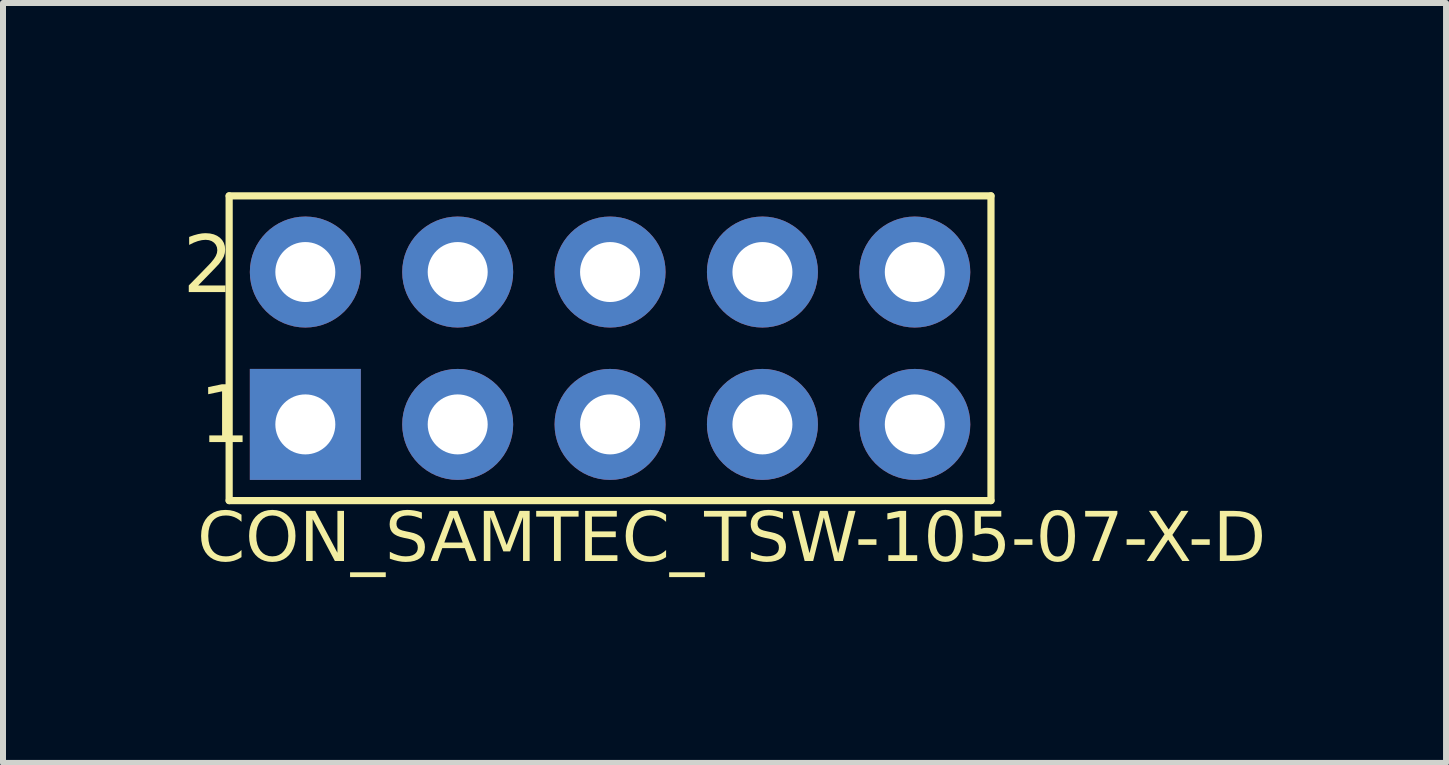
<source format=kicad_pcb>
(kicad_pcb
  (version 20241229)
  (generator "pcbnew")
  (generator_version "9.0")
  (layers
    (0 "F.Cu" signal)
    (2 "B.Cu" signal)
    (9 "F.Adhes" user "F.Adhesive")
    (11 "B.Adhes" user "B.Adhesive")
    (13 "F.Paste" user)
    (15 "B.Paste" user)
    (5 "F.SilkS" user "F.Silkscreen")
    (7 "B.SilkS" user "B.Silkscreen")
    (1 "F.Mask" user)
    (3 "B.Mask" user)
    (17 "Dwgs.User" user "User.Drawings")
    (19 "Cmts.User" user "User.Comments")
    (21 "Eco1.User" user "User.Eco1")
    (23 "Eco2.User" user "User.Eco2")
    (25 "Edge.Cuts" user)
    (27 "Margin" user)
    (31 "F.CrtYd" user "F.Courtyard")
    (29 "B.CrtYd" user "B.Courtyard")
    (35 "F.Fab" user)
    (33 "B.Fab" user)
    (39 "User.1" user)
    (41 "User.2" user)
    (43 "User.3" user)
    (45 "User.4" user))
  (footprint "CON_SAMTEC_TSW-105-07-X-D"
    (layer "F.Cu")
    (at 7.12 2.755)
    (property "Reference" "CON_SAMTEC_TSW-105-07-X-D" (at -6.882 3.686 0) (unlocked yes) (layer "F.SilkS") (effects (font (face "Arial") (size 0.819 0.819) (thickness 0.254)) (justify left bottom)))
    (fp_line (start -6.35 -2.54) (end 6.35 -2.54) (stroke (width 0.12) (type solid)) (layer "F.SilkS"))
    (fp_line (start -6.35 2.54) (end -6.35 -2.54) (stroke (width 0.12) (type solid)) (layer "F.SilkS"))
    (fp_line (start -6.35 2.54) (end 6.35 2.54) (stroke (width 0.12) (type solid)) (layer "F.SilkS"))
    (fp_line (start 6.35 2.54) (end 6.35 -2.54) (stroke (width 0.12) (type solid)) (layer "F.SilkS"))
    (fp_line (start -6.58 -2.75) (end 6.58 -2.75) (stroke (width 0.01) (type solid)) (layer "Eco1.User"))
    (fp_line (start -6.58 2.75) (end -6.58 -2.75) (stroke (width 0.01) (type solid)) (layer "Eco1.User"))
    (fp_line (start -6.58 2.75) (end 6.58 2.75) (stroke (width 0.01) (type solid)) (layer "Eco1.User"))
    (fp_line (start -6.35 -2.54) (end 6.35 -2.54) (stroke (width 0.01) (type solid)) (layer "Eco1.User"))
    (fp_line (start -6.35 2.54) (end -6.35 -2.54) (stroke (width 0.01) (type solid)) (layer "Eco1.User"))
    (fp_line (start -6.35 2.54) (end 6.35 2.54) (stroke (width 0.01) (type solid)) (layer "Eco1.User"))
    (fp_line (start -6.032 -2.223) (end -5.842 -2.032) (stroke (width 0.01) (type solid)) (layer "Eco1.User"))
    (fp_line (start -6.032 -2.223) (end -4.128 -2.223) (stroke (width 0.01) (type solid)) (layer "Eco1.User"))
    (fp_line (start -6.032 -0.318) (end -6.032 -2.223) (stroke (width 0.01) (type solid)) (layer "Eco1.User"))
    (fp_line (start -6.032 -0.318) (end -5.842 -0.508) (stroke (width 0.01) (type solid)) (layer "Eco1.User"))
    (fp_line (start -6.032 -0.318) (end -4.128 -0.318) (stroke (width 0.01) (type solid)) (layer "Eco1.User"))
    (fp_line (start -6.032 0.318) (end -5.842 0.508) (stroke (width 0.01) (type solid)) (layer "Eco1.User"))
    (fp_line (start -6.032 0.318) (end -4.128 0.318) (stroke (width 0.01) (type solid)) (layer "Eco1.User"))
    (fp_line (start -6.032 2.223) (end -6.032 0.318) (stroke (width 0.01) (type solid)) (layer "Eco1.User"))
    (fp_line (start -6.032 2.223) (end -5.842 2.032) (stroke (width 0.01) (type solid)) (layer "Eco1.User"))
    (fp_line (start -6.032 2.223) (end -4.128 2.223) (stroke (width 0.01) (type solid)) (layer "Eco1.User"))
    (fp_line (start -5.842 -2.032) (end -4.318 -2.032) (stroke (width 0.01) (type solid)) (layer "Eco1.User"))
    (fp_line (start -5.842 -0.508) (end -5.842 -2.032) (stroke (width 0.01) (type solid)) (layer "Eco1.User"))
    (fp_line (start -5.842 -0.508) (end -4.318 -0.508) (stroke (width 0.01) (type solid)) (layer "Eco1.User"))
    (fp_line (start -5.842 0.508) (end -4.318 0.508) (stroke (width 0.01) (type solid)) (layer "Eco1.User"))
    (fp_line (start -5.842 2.032) (end -5.842 0.508) (stroke (width 0.01) (type solid)) (layer "Eco1.User"))
    (fp_line (start -5.842 2.032) (end -4.318 2.032) (stroke (width 0.01) (type solid)) (layer "Eco1.User"))
    (fp_line (start -4.318 -2.032) (end -4.128 -2.223) (stroke (width 0.01) (type solid)) (layer "Eco1.User"))
    (fp_line (start -4.318 -0.508) (end -4.318 -2.032) (stroke (width 0.01) (type solid)) (layer "Eco1.User"))
    (fp_line (start -4.318 -0.508) (end -4.128 -0.318) (stroke (width 0.01) (type solid)) (layer "Eco1.User"))
    (fp_line (start -4.318 0.508) (end -4.128 0.318) (stroke (width 0.01) (type solid)) (layer "Eco1.User"))
    (fp_line (start -4.318 2.032) (end -4.318 0.508) (stroke (width 0.01) (type solid)) (layer "Eco1.User"))
    (fp_line (start -4.318 2.032) (end -4.128 2.223) (stroke (width 0.01) (type solid)) (layer "Eco1.User"))
    (fp_line (start -4.128 -0.318) (end -4.128 -2.223) (stroke (width 0.01) (type solid)) (layer "Eco1.User"))
    (fp_line (start -4.128 2.223) (end -4.128 0.318) (stroke (width 0.01) (type solid)) (layer "Eco1.User"))
    (fp_line (start -3.493 -2.223) (end -3.302 -2.032) (stroke (width 0.01) (type solid)) (layer "Eco1.User"))
    (fp_line (start -3.493 -2.223) (end -1.587 -2.223) (stroke (width 0.01) (type solid)) (layer "Eco1.User"))
    (fp_line (start -3.493 -0.318) (end -3.493 -2.223) (stroke (width 0.01) (type solid)) (layer "Eco1.User"))
    (fp_line (start -3.493 -0.318) (end -3.302 -0.508) (stroke (width 0.01) (type solid)) (layer "Eco1.User"))
    (fp_line (start -3.493 -0.318) (end -1.587 -0.318) (stroke (width 0.01) (type solid)) (layer "Eco1.User"))
    (fp_line (start -3.493 0.318) (end -3.302 0.508) (stroke (width 0.01) (type solid)) (layer "Eco1.User"))
    (fp_line (start -3.493 0.318) (end -1.587 0.318) (stroke (width 0.01) (type solid)) (layer "Eco1.User"))
    (fp_line (start -3.493 2.223) (end -3.493 0.318) (stroke (width 0.01) (type solid)) (layer "Eco1.User"))
    (fp_line (start -3.493 2.223) (end -3.302 2.032) (stroke (width 0.01) (type solid)) (layer "Eco1.User"))
    (fp_line (start -3.493 2.223) (end -1.587 2.223) (stroke (width 0.01) (type solid)) (layer "Eco1.User"))
    (fp_line (start -3.302 -2.032) (end -1.778 -2.032) (stroke (width 0.01) (type solid)) (layer "Eco1.User"))
    (fp_line (start -3.302 -0.508) (end -3.302 -2.032) (stroke (width 0.01) (type solid)) (layer "Eco1.User"))
    (fp_line (start -3.302 -0.508) (end -1.778 -0.508) (stroke (width 0.01) (type solid)) (layer "Eco1.User"))
    (fp_line (start -3.302 0.508) (end -1.778 0.508) (stroke (width 0.01) (type solid)) (layer "Eco1.User"))
    (fp_line (start -3.302 2.032) (end -3.302 0.508) (stroke (width 0.01) (type solid)) (layer "Eco1.User"))
    (fp_line (start -3.302 2.032) (end -1.778 2.032) (stroke (width 0.01) (type solid)) (layer "Eco1.User"))
    (fp_line (start -1.778 -2.032) (end -1.587 -2.223) (stroke (width 0.01) (type solid)) (layer "Eco1.User"))
    (fp_line (start -1.778 -0.508) (end -1.778 -2.032) (stroke (width 0.01) (type solid)) (layer "Eco1.User"))
    (fp_line (start -1.778 -0.508) (end -1.587 -0.318) (stroke (width 0.01) (type solid)) (layer "Eco1.User"))
    (fp_line (start -1.778 0.508) (end -1.587 0.318) (stroke (width 0.01) (type solid)) (layer "Eco1.User"))
    (fp_line (start -1.778 2.032) (end -1.778 0.508) (stroke (width 0.01) (type solid)) (layer "Eco1.User"))
    (fp_line (start -1.778 2.032) (end -1.587 2.223) (stroke (width 0.01) (type solid)) (layer "Eco1.User"))
    (fp_line (start -1.587 -0.318) (end -1.587 -2.223) (stroke (width 0.01) (type solid)) (layer "Eco1.User"))
    (fp_line (start -1.587 2.223) (end -1.587 0.318) (stroke (width 0.01) (type solid)) (layer "Eco1.User"))
    (fp_line (start -0.953 -2.223) (end -0.762 -2.032) (stroke (width 0.01) (type solid)) (layer "Eco1.User"))
    (fp_line (start -0.953 -2.223) (end 0.953 -2.223) (stroke (width 0.01) (type solid)) (layer "Eco1.User"))
    (fp_line (start -0.953 -0.318) (end -0.953 -2.223) (stroke (width 0.01) (type solid)) (layer "Eco1.User"))
    (fp_line (start -0.953 -0.318) (end -0.762 -0.508) (stroke (width 0.01) (type solid)) (layer "Eco1.User"))
    (fp_line (start -0.953 -0.318) (end 0.953 -0.318) (stroke (width 0.01) (type solid)) (layer "Eco1.User"))
    (fp_line (start -0.953 0.318) (end -0.762 0.508) (stroke (width 0.01) (type solid)) (layer "Eco1.User"))
    (fp_line (start -0.953 0.318) (end 0.953 0.318) (stroke (width 0.01) (type solid)) (layer "Eco1.User"))
    (fp_line (start -0.953 2.223) (end -0.953 0.318) (stroke (width 0.01) (type solid)) (layer "Eco1.User"))
    (fp_line (start -0.953 2.223) (end -0.762 2.032) (stroke (width 0.01) (type solid)) (layer "Eco1.User"))
    (fp_line (start -0.953 2.223) (end 0.953 2.223) (stroke (width 0.01) (type solid)) (layer "Eco1.User"))
    (fp_line (start -0.762 -2.032) (end 0.762 -2.032) (stroke (width 0.01) (type solid)) (layer "Eco1.User"))
    (fp_line (start -0.762 -0.508) (end -0.762 -2.032) (stroke (width 0.01) (type solid)) (layer "Eco1.User"))
    (fp_line (start -0.762 -0.508) (end 0.762 -0.508) (stroke (width 0.01) (type solid)) (layer "Eco1.User"))
    (fp_line (start -0.762 0.508) (end 0.762 0.508) (stroke (width 0.01) (type solid)) (layer "Eco1.User"))
    (fp_line (start -0.762 2.032) (end -0.762 0.508) (stroke (width 0.01) (type solid)) (layer "Eco1.User"))
    (fp_line (start -0.762 2.032) (end 0.762 2.032) (stroke (width 0.01) (type solid)) (layer "Eco1.User"))
    (fp_line (start 0.762 -2.032) (end 0.953 -2.223) (stroke (width 0.01) (type solid)) (layer "Eco1.User"))
    (fp_line (start 0.762 -0.508) (end 0.762 -2.032) (stroke (width 0.01) (type solid)) (layer "Eco1.User"))
    (fp_line (start 0.762 -0.508) (end 0.953 -0.318) (stroke (width 0.01) (type solid)) (layer "Eco1.User"))
    (fp_line (start 0.762 0.508) (end 0.953 0.318) (stroke (width 0.01) (type solid)) (layer "Eco1.User"))
    (fp_line (start 0.762 2.032) (end 0.762 0.508) (stroke (width 0.01) (type solid)) (layer "Eco1.User"))
    (fp_line (start 0.762 2.032) (end 0.953 2.223) (stroke (width 0.01) (type solid)) (layer "Eco1.User"))
    (fp_line (start 0.953 -0.318) (end 0.953 -2.223) (stroke (width 0.01) (type solid)) (layer "Eco1.User"))
    (fp_line (start 0.953 2.223) (end 0.953 0.318) (stroke (width 0.01) (type solid)) (layer "Eco1.User"))
    (fp_line (start 1.587 -2.223) (end 1.778 -2.032) (stroke (width 0.01) (type solid)) (layer "Eco1.User"))
    (fp_line (start 1.587 -2.223) (end 3.493 -2.223) (stroke (width 0.01) (type solid)) (layer "Eco1.User"))
    (fp_line (start 1.587 -0.318) (end 1.587 -2.223) (stroke (width 0.01) (type solid)) (layer "Eco1.User"))
    (fp_line (start 1.587 -0.318) (end 1.778 -0.508) (stroke (width 0.01) (type solid)) (layer "Eco1.User"))
    (fp_line (start 1.587 -0.318) (end 3.493 -0.318) (stroke (width 0.01) (type solid)) (layer "Eco1.User"))
    (fp_line (start 1.587 0.318) (end 1.778 0.508) (stroke (width 0.01) (type solid)) (layer "Eco1.User"))
    (fp_line (start 1.587 0.318) (end 3.493 0.318) (stroke (width 0.01) (type solid)) (layer "Eco1.User"))
    (fp_line (start 1.587 2.223) (end 1.587 0.318) (stroke (width 0.01) (type solid)) (layer "Eco1.User"))
    (fp_line (start 1.587 2.223) (end 1.778 2.032) (stroke (width 0.01) (type solid)) (layer "Eco1.User"))
    (fp_line (start 1.587 2.223) (end 3.493 2.223) (stroke (width 0.01) (type solid)) (layer "Eco1.User"))
    (fp_line (start 1.778 -2.032) (end 3.302 -2.032) (stroke (width 0.01) (type solid)) (layer "Eco1.User"))
    (fp_line (start 1.778 -0.508) (end 1.778 -2.032) (stroke (width 0.01) (type solid)) (layer "Eco1.User"))
    (fp_line (start 1.778 -0.508) (end 3.302 -0.508) (stroke (width 0.01) (type solid)) (layer "Eco1.User"))
    (fp_line (start 1.778 0.508) (end 3.302 0.508) (stroke (width 0.01) (type solid)) (layer "Eco1.User"))
    (fp_line (start 1.778 2.032) (end 1.778 0.508) (stroke (width 0.01) (type solid)) (layer "Eco1.User"))
    (fp_line (start 1.778 2.032) (end 3.302 2.032) (stroke (width 0.01) (type solid)) (layer "Eco1.User"))
    (fp_line (start 3.302 -2.032) (end 3.493 -2.223) (stroke (width 0.01) (type solid)) (layer "Eco1.User"))
    (fp_line (start 3.302 -0.508) (end 3.302 -2.032) (stroke (width 0.01) (type solid)) (layer "Eco1.User"))
    (fp_line (start 3.302 -0.508) (end 3.493 -0.318) (stroke (width 0.01) (type solid)) (layer "Eco1.User"))
    (fp_line (start 3.302 0.508) (end 3.493 0.318) (stroke (width 0.01) (type solid)) (layer "Eco1.User"))
    (fp_line (start 3.302 2.032) (end 3.302 0.508) (stroke (width 0.01) (type solid)) (layer "Eco1.User"))
    (fp_line (start 3.302 2.032) (end 3.493 2.223) (stroke (width 0.01) (type solid)) (layer "Eco1.User"))
    (fp_line (start 3.493 -0.318) (end 3.493 -2.223) (stroke (width 0.01) (type solid)) (layer "Eco1.User"))
    (fp_line (start 3.493 2.223) (end 3.493 0.318) (stroke (width 0.01) (type solid)) (layer "Eco1.User"))
    (fp_line (start 4.128 -2.223) (end 4.318 -2.032) (stroke (width 0.01) (type solid)) (layer "Eco1.User"))
    (fp_line (start 4.128 -2.223) (end 6.032 -2.223) (stroke (width 0.01) (type solid)) (layer "Eco1.User"))
    (fp_line (start 4.128 -0.318) (end 4.128 -2.223) (stroke (width 0.01) (type solid)) (layer "Eco1.User"))
    (fp_line (start 4.128 -0.318) (end 4.318 -0.508) (stroke (width 0.01) (type solid)) (layer "Eco1.User"))
    (fp_line (start 4.128 -0.318) (end 6.032 -0.318) (stroke (width 0.01) (type solid)) (layer "Eco1.User"))
    (fp_line (start 4.128 0.318) (end 4.318 0.508) (stroke (width 0.01) (type solid)) (layer "Eco1.User"))
    (fp_line (start 4.128 0.318) (end 6.032 0.318) (stroke (width 0.01) (type solid)) (layer "Eco1.User"))
    (fp_line (start 4.128 2.223) (end 4.128 0.318) (stroke (width 0.01) (type solid)) (layer "Eco1.User"))
    (fp_line (start 4.128 2.223) (end 4.318 2.032) (stroke (width 0.01) (type solid)) (layer "Eco1.User"))
    (fp_line (start 4.128 2.223) (end 6.032 2.223) (stroke (width 0.01) (type solid)) (layer "Eco1.User"))
    (fp_line (start 4.318 -2.032) (end 5.842 -2.032) (stroke (width 0.01) (type solid)) (layer "Eco1.User"))
    (fp_line (start 4.318 -0.508) (end 4.318 -2.032) (stroke (width 0.01) (type solid)) (layer "Eco1.User"))
    (fp_line (start 4.318 -0.508) (end 5.842 -0.508) (stroke (width 0.01) (type solid)) (layer "Eco1.User"))
    (fp_line (start 4.318 0.508) (end 5.842 0.508) (stroke (width 0.01) (type solid)) (layer "Eco1.User"))
    (fp_line (start 4.318 2.032) (end 4.318 0.508) (stroke (width 0.01) (type solid)) (layer "Eco1.User"))
    (fp_line (start 4.318 2.032) (end 5.842 2.032) (stroke (width 0.01) (type solid)) (layer "Eco1.User"))
    (fp_line (start 5.842 -2.032) (end 6.032 -2.223) (stroke (width 0.01) (type solid)) (layer "Eco1.User"))
    (fp_line (start 5.842 -0.508) (end 5.842 -2.032) (stroke (width 0.01) (type solid)) (layer "Eco1.User"))
    (fp_line (start 5.842 -0.508) (end 6.032 -0.318) (stroke (width 0.01) (type solid)) (layer "Eco1.User"))
    (fp_line (start 5.842 0.508) (end 6.032 0.318) (stroke (width 0.01) (type solid)) (layer "Eco1.User"))
    (fp_line (start 5.842 2.032) (end 5.842 0.508) (stroke (width 0.01) (type solid)) (layer "Eco1.User"))
    (fp_line (start 5.842 2.032) (end 6.032 2.223) (stroke (width 0.01) (type solid)) (layer "Eco1.User"))
    (fp_line (start 6.032 -0.318) (end 6.032 -2.223) (stroke (width 0.01) (type solid)) (layer "Eco1.User"))
    (fp_line (start 6.032 2.223) (end 6.032 0.318) (stroke (width 0.01) (type solid)) (layer "Eco1.User"))
    (fp_line (start 6.35 2.54) (end 6.35 -2.54) (stroke (width 0.01) (type solid)) (layer "Eco1.User"))
    (fp_line (start 6.58 2.75) (end 6.58 -2.75) (stroke (width 0.01) (type solid)) (layer "Eco1.User"))
    (fp_text user "1" (at -6.845 1.725 0) (unlocked yes) (layer "F.SilkS") (effects (font (face "Arial") (size 0.945 0.945) (thickness 0.12)) (justify left bottom)))
    (fp_text user "2" (at -7.12 -0.775 0) (unlocked yes) (layer "F.SilkS") (effects (font (face "Arial") (size 0.945 0.945) (thickness 0.12)) (justify left bottom)))
    (fp_text user "10" (at 4.43 -0.8 0) (unlocked yes) (layer "Eco1.User") (effects (font (face "Arial") (size 0.945 0.945) (thickness 0.1)) (justify left bottom)))
    (fp_text user "1" (at -5.345 1.725 0) (unlocked yes) (layer "Eco1.User") (effects (font (face "Arial") (size 0.945 0.945) (thickness 0.1)) (justify left bottom)))
    (fp_text user "'.Designator'" (at -2 0.5 0) (unlocked yes) (layer "Eco1.User") (effects (font (face "Arial") (size 0.472 0.472) (thickness 0.254)) (justify left bottom)))
    (fp_text user "2" (at -5.445 -0.775 0) (unlocked yes) (layer "Eco1.User") (effects (font (face "Arial") (size 0.945 0.945) (thickness 0.1)) (justify left bottom)))
    (fp_text user "9" (at 4.82 1.725 0) (unlocked yes) (layer "Eco1.User") (effects (font (face "Arial") (size 0.945 0.945) (thickness 0.1)) (justify left bottom)))
    (pad "1" thru_hole rect (at -5.08 1.27) (size 1.85 1.85) (drill 1) (layers "*.Cu" "*.Mask"))
    (pad "2" thru_hole circle (at -5.08 -1.27) (size 1.85 1.85) (drill 1) (layers "*.Cu" "*.Mask"))
    (pad "3" thru_hole circle (at -2.54 1.27) (size 1.85 1.85) (drill 1) (layers "*.Cu" "*.Mask"))
    (pad "4" thru_hole circle (at -2.54 -1.27) (size 1.85 1.85) (drill 1) (layers "*.Cu" "*.Mask"))
    (pad "5" thru_hole circle (at 0 1.27) (size 1.85 1.85) (drill 1) (layers "*.Cu" "*.Mask"))
    (pad "6" thru_hole circle (at 0 -1.27) (size 1.85 1.85) (drill 1) (layers "*.Cu" "*.Mask"))
    (pad "7" thru_hole circle (at 2.54 1.27) (size 1.85 1.85) (drill 1) (layers "*.Cu" "*.Mask"))
    (pad "8" thru_hole circle (at 2.54 -1.27) (size 1.85 1.85) (drill 1) (layers "*.Cu" "*.Mask"))
    (pad "9" thru_hole circle (at 5.08 1.27) (size 1.85 1.85) (drill 1) (layers "*.Cu" "*.Mask"))
    (pad "10" thru_hole circle (at 5.08 -1.27) (size 1.85 1.85) (drill 1) (layers "*.Cu" "*.Mask")))
  (gr_rect
    (start -3 -3)
    (end 21.056 9.668)
    (stroke (width 0.1) (type default))
    (fill no)
    (layer "Edge.Cuts")))
</source>
